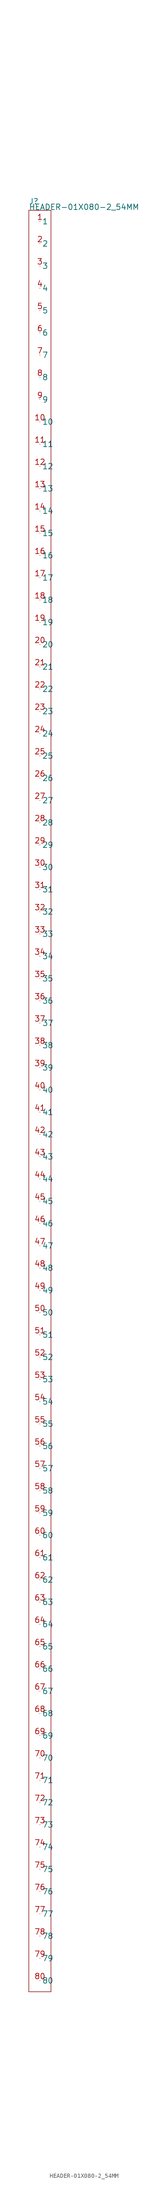
<source format=kicad_sym>
(kicad_symbol_lib
  (version 20211014)
  (generator kicad_symbol_editor)
  (symbol "HEADER-01X080-2_54MM"
    (pin_names)
    (property "Reference" "J"
      (at -2.54 204.47 0)
      (effects (font (size 1.27 1.27)) (justify left bottom)))
    (property "Value" "HEADER-01X080-2_54MM"
      (at -2.54 203.2 0)
      (effects (font (size 1.27 1.27)) (justify left bottom)))
    (property "Datasheet" ""
      (at 0 0 0))
    (property "ki_description" "Header 1x80  - Header Vertical 80POS 2.54MM Technical Specifications: Pitch: 0.1\" (2.54mm) "
      (at 0 0 0))
    (property "ki_fp_filters" "FlashPCB_Connectors:HEADER-THT-01X080-2_54MM FlashPCB_Connectors:HEADER-THT-LONG-01X080-2_54MM FlashPCB_Connectors:HEADER-THT-NOSILK-01X080-2_54MM FlashPCB_Connectors:HEADER-THT-LONG-NOSILK-01X080-2_54MM"
      (at 0 0 0))
    (symbol "HEADER-01X080-2_54MM_1_1"
      (polyline (pts (xy -2.54 203.2) (xy 2.54 203.2)) (stroke (width 0.127)) (fill (type none)))
      (polyline (pts (xy 2.54 203.2) (xy 2.54 -203.2)) (stroke (width 0.127)) (fill (type none)))
      (polyline (pts (xy 2.54 -203.2) (xy -2.54 -203.2)) (stroke (width 0.127)) (fill (type none)))
      (polyline (pts (xy -2.54 -203.2) (xy -2.54 203.2)) (stroke (width 0.127)) (fill (type none)))
      (pin bidirectional line (at 0 200.66 0) (length 0) (name "1" (effects (font (size 1.27 1.27)))) (number "1" (effects (font (size 1.27 1.27)))))
      (pin bidirectional line (at 0 195.58 0) (length 0) (name "2" (effects (font (size 1.27 1.27)))) (number "2" (effects (font (size 1.27 1.27)))))
      (pin bidirectional line (at 0 190.5 0) (length 0) (name "3" (effects (font (size 1.27 1.27)))) (number "3" (effects (font (size 1.27 1.27)))))
      (pin bidirectional line (at 0 185.42 0) (length 0) (name "4" (effects (font (size 1.27 1.27)))) (number "4" (effects (font (size 1.27 1.27)))))
      (pin bidirectional line (at 0 180.34 0) (length 0) (name "5" (effects (font (size 1.27 1.27)))) (number "5" (effects (font (size 1.27 1.27)))))
      (pin bidirectional line (at 0 175.26 0) (length 0) (name "6" (effects (font (size 1.27 1.27)))) (number "6" (effects (font (size 1.27 1.27)))))
      (pin bidirectional line (at 0 170.18 0) (length 0) (name "7" (effects (font (size 1.27 1.27)))) (number "7" (effects (font (size 1.27 1.27)))))
      (pin bidirectional line (at 0 165.1 0) (length 0) (name "8" (effects (font (size 1.27 1.27)))) (number "8" (effects (font (size 1.27 1.27)))))
      (pin bidirectional line (at 0 160.02 0) (length 0) (name "9" (effects (font (size 1.27 1.27)))) (number "9" (effects (font (size 1.27 1.27)))))
      (pin bidirectional line (at 0 154.94 0) (length 0) (name "10" (effects (font (size 1.27 1.27)))) (number "10" (effects (font (size 1.27 1.27)))))
      (pin bidirectional line (at 0 149.86 0) (length 0) (name "11" (effects (font (size 1.27 1.27)))) (number "11" (effects (font (size 1.27 1.27)))))
      (pin bidirectional line (at 0 144.78 0) (length 0) (name "12" (effects (font (size 1.27 1.27)))) (number "12" (effects (font (size 1.27 1.27)))))
      (pin bidirectional line (at 0 139.7 0) (length 0) (name "13" (effects (font (size 1.27 1.27)))) (number "13" (effects (font (size 1.27 1.27)))))
      (pin bidirectional line (at 0 134.62 0) (length 0) (name "14" (effects (font (size 1.27 1.27)))) (number "14" (effects (font (size 1.27 1.27)))))
      (pin bidirectional line (at 0 129.54 0) (length 0) (name "15" (effects (font (size 1.27 1.27)))) (number "15" (effects (font (size 1.27 1.27)))))
      (pin bidirectional line (at 0 124.46 0) (length 0) (name "16" (effects (font (size 1.27 1.27)))) (number "16" (effects (font (size 1.27 1.27)))))
      (pin bidirectional line (at 0 119.38 0) (length 0) (name "17" (effects (font (size 1.27 1.27)))) (number "17" (effects (font (size 1.27 1.27)))))
      (pin bidirectional line (at 0 114.3 0) (length 0) (name "18" (effects (font (size 1.27 1.27)))) (number "18" (effects (font (size 1.27 1.27)))))
      (pin bidirectional line (at 0 109.22 0) (length 0) (name "19" (effects (font (size 1.27 1.27)))) (number "19" (effects (font (size 1.27 1.27)))))
      (pin bidirectional line (at 0 104.14 0) (length 0) (name "20" (effects (font (size 1.27 1.27)))) (number "20" (effects (font (size 1.27 1.27)))))
      (pin bidirectional line (at 0 99.06 0) (length 0) (name "21" (effects (font (size 1.27 1.27)))) (number "21" (effects (font (size 1.27 1.27)))))
      (pin bidirectional line (at 0 93.98 0) (length 0) (name "22" (effects (font (size 1.27 1.27)))) (number "22" (effects (font (size 1.27 1.27)))))
      (pin bidirectional line (at 0 88.9 0) (length 0) (name "23" (effects (font (size 1.27 1.27)))) (number "23" (effects (font (size 1.27 1.27)))))
      (pin bidirectional line (at 0 83.82 0) (length 0) (name "24" (effects (font (size 1.27 1.27)))) (number "24" (effects (font (size 1.27 1.27)))))
      (pin bidirectional line (at 0 78.74 0) (length 0) (name "25" (effects (font (size 1.27 1.27)))) (number "25" (effects (font (size 1.27 1.27)))))
      (pin bidirectional line (at 0 73.66 0) (length 0) (name "26" (effects (font (size 1.27 1.27)))) (number "26" (effects (font (size 1.27 1.27)))))
      (pin bidirectional line (at 0 68.58 0) (length 0) (name "27" (effects (font (size 1.27 1.27)))) (number "27" (effects (font (size 1.27 1.27)))))
      (pin bidirectional line (at 0 63.5 0) (length 0) (name "28" (effects (font (size 1.27 1.27)))) (number "28" (effects (font (size 1.27 1.27)))))
      (pin bidirectional line (at 0 58.42 0) (length 0) (name "29" (effects (font (size 1.27 1.27)))) (number "29" (effects (font (size 1.27 1.27)))))
      (pin bidirectional line (at 0 53.34 0) (length 0) (name "30" (effects (font (size 1.27 1.27)))) (number "30" (effects (font (size 1.27 1.27)))))
      (pin bidirectional line (at 0 48.26 0) (length 0) (name "31" (effects (font (size 1.27 1.27)))) (number "31" (effects (font (size 1.27 1.27)))))
      (pin bidirectional line (at 0 43.18 0) (length 0) (name "32" (effects (font (size 1.27 1.27)))) (number "32" (effects (font (size 1.27 1.27)))))
      (pin bidirectional line (at 0 38.1 0) (length 0) (name "33" (effects (font (size 1.27 1.27)))) (number "33" (effects (font (size 1.27 1.27)))))
      (pin bidirectional line (at 0 33.02 0) (length 0) (name "34" (effects (font (size 1.27 1.27)))) (number "34" (effects (font (size 1.27 1.27)))))
      (pin bidirectional line (at 0 27.94 0) (length 0) (name "35" (effects (font (size 1.27 1.27)))) (number "35" (effects (font (size 1.27 1.27)))))
      (pin bidirectional line (at 0 22.86 0) (length 0) (name "36" (effects (font (size 1.27 1.27)))) (number "36" (effects (font (size 1.27 1.27)))))
      (pin bidirectional line (at 0 17.78 0) (length 0) (name "37" (effects (font (size 1.27 1.27)))) (number "37" (effects (font (size 1.27 1.27)))))
      (pin bidirectional line (at 0 12.7 0) (length 0) (name "38" (effects (font (size 1.27 1.27)))) (number "38" (effects (font (size 1.27 1.27)))))
      (pin bidirectional line (at 0 7.62 0) (length 0) (name "39" (effects (font (size 1.27 1.27)))) (number "39" (effects (font (size 1.27 1.27)))))
      (pin bidirectional line (at 0 2.54 0) (length 0) (name "40" (effects (font (size 1.27 1.27)))) (number "40" (effects (font (size 1.27 1.27)))))
      (pin bidirectional line (at 0 -2.54 0) (length 0) (name "41" (effects (font (size 1.27 1.27)))) (number "41" (effects (font (size 1.27 1.27)))))
      (pin bidirectional line (at 0 -7.62 0) (length 0) (name "42" (effects (font (size 1.27 1.27)))) (number "42" (effects (font (size 1.27 1.27)))))
      (pin bidirectional line (at 0 -12.7 0) (length 0) (name "43" (effects (font (size 1.27 1.27)))) (number "43" (effects (font (size 1.27 1.27)))))
      (pin bidirectional line (at 0 -17.78 0) (length 0) (name "44" (effects (font (size 1.27 1.27)))) (number "44" (effects (font (size 1.27 1.27)))))
      (pin bidirectional line (at 0 -22.86 0) (length 0) (name "45" (effects (font (size 1.27 1.27)))) (number "45" (effects (font (size 1.27 1.27)))))
      (pin bidirectional line (at 0 -27.94 0) (length 0) (name "46" (effects (font (size 1.27 1.27)))) (number "46" (effects (font (size 1.27 1.27)))))
      (pin bidirectional line (at 0 -33.02 0) (length 0) (name "47" (effects (font (size 1.27 1.27)))) (number "47" (effects (font (size 1.27 1.27)))))
      (pin bidirectional line (at 0 -38.1 0) (length 0) (name "48" (effects (font (size 1.27 1.27)))) (number "48" (effects (font (size 1.27 1.27)))))
      (pin bidirectional line (at 0 -43.18 0) (length 0) (name "49" (effects (font (size 1.27 1.27)))) (number "49" (effects (font (size 1.27 1.27)))))
      (pin bidirectional line (at 0 -48.26 0) (length 0) (name "50" (effects (font (size 1.27 1.27)))) (number "50" (effects (font (size 1.27 1.27)))))
      (pin bidirectional line (at 0 -53.34 0) (length 0) (name "51" (effects (font (size 1.27 1.27)))) (number "51" (effects (font (size 1.27 1.27)))))
      (pin bidirectional line (at 0 -58.42 0) (length 0) (name "52" (effects (font (size 1.27 1.27)))) (number "52" (effects (font (size 1.27 1.27)))))
      (pin bidirectional line (at 0 -63.5 0) (length 0) (name "53" (effects (font (size 1.27 1.27)))) (number "53" (effects (font (size 1.27 1.27)))))
      (pin bidirectional line (at 0 -68.58 0) (length 0) (name "54" (effects (font (size 1.27 1.27)))) (number "54" (effects (font (size 1.27 1.27)))))
      (pin bidirectional line (at 0 -73.66 0) (length 0) (name "55" (effects (font (size 1.27 1.27)))) (number "55" (effects (font (size 1.27 1.27)))))
      (pin bidirectional line (at 0 -78.74 0) (length 0) (name "56" (effects (font (size 1.27 1.27)))) (number "56" (effects (font (size 1.27 1.27)))))
      (pin bidirectional line (at 0 -83.82 0) (length 0) (name "57" (effects (font (size 1.27 1.27)))) (number "57" (effects (font (size 1.27 1.27)))))
      (pin bidirectional line (at 0 -88.9 0) (length 0) (name "58" (effects (font (size 1.27 1.27)))) (number "58" (effects (font (size 1.27 1.27)))))
      (pin bidirectional line (at 0 -93.98 0) (length 0) (name "59" (effects (font (size 1.27 1.27)))) (number "59" (effects (font (size 1.27 1.27)))))
      (pin bidirectional line (at 0 -99.06 0) (length 0) (name "60" (effects (font (size 1.27 1.27)))) (number "60" (effects (font (size 1.27 1.27)))))
      (pin bidirectional line (at 0 -104.14 0) (length 0) (name "61" (effects (font (size 1.27 1.27)))) (number "61" (effects (font (size 1.27 1.27)))))
      (pin bidirectional line (at 0 -109.22 0) (length 0) (name "62" (effects (font (size 1.27 1.27)))) (number "62" (effects (font (size 1.27 1.27)))))
      (pin bidirectional line (at 0 -114.3 0) (length 0) (name "63" (effects (font (size 1.27 1.27)))) (number "63" (effects (font (size 1.27 1.27)))))
      (pin bidirectional line (at 0 -119.38 0) (length 0) (name "64" (effects (font (size 1.27 1.27)))) (number "64" (effects (font (size 1.27 1.27)))))
      (pin bidirectional line (at 0 -124.46 0) (length 0) (name "65" (effects (font (size 1.27 1.27)))) (number "65" (effects (font (size 1.27 1.27)))))
      (pin bidirectional line (at 0 -129.54 0) (length 0) (name "66" (effects (font (size 1.27 1.27)))) (number "66" (effects (font (size 1.27 1.27)))))
      (pin bidirectional line (at 0 -134.62 0) (length 0) (name "67" (effects (font (size 1.27 1.27)))) (number "67" (effects (font (size 1.27 1.27)))))
      (pin bidirectional line (at 0 -139.7 0) (length 0) (name "68" (effects (font (size 1.27 1.27)))) (number "68" (effects (font (size 1.27 1.27)))))
      (pin bidirectional line (at 0 -144.78 0) (length 0) (name "69" (effects (font (size 1.27 1.27)))) (number "69" (effects (font (size 1.27 1.27)))))
      (pin bidirectional line (at 0 -149.86 0) (length 0) (name "70" (effects (font (size 1.27 1.27)))) (number "70" (effects (font (size 1.27 1.27)))))
      (pin bidirectional line (at 0 -154.94 0) (length 0) (name "71" (effects (font (size 1.27 1.27)))) (number "71" (effects (font (size 1.27 1.27)))))
      (pin bidirectional line (at 0 -160.02 0) (length 0) (name "72" (effects (font (size 1.27 1.27)))) (number "72" (effects (font (size 1.27 1.27)))))
      (pin bidirectional line (at 0 -165.1 0) (length 0) (name "73" (effects (font (size 1.27 1.27)))) (number "73" (effects (font (size 1.27 1.27)))))
      (pin bidirectional line (at 0 -170.18 0) (length 0) (name "74" (effects (font (size 1.27 1.27)))) (number "74" (effects (font (size 1.27 1.27)))))
      (pin bidirectional line (at 0 -175.26 0) (length 0) (name "75" (effects (font (size 1.27 1.27)))) (number "75" (effects (font (size 1.27 1.27)))))
      (pin bidirectional line (at 0 -180.34 0) (length 0) (name "76" (effects (font (size 1.27 1.27)))) (number "76" (effects (font (size 1.27 1.27)))))
      (pin bidirectional line (at 0 -185.42 0) (length 0) (name "77" (effects (font (size 1.27 1.27)))) (number "77" (effects (font (size 1.27 1.27)))))
      (pin bidirectional line (at 0 -190.5 0) (length 0) (name "78" (effects (font (size 1.27 1.27)))) (number "78" (effects (font (size 1.27 1.27)))))
      (pin bidirectional line (at 0 -195.58 0) (length 0) (name "79" (effects (font (size 1.27 1.27)))) (number "79" (effects (font (size 1.27 1.27)))))
      (pin bidirectional line (at 0 -200.66 0) (length 0) (name "80" (effects (font (size 1.27 1.27)))) (number "80" (effects (font (size 1.27 1.27))))))))
</source>
